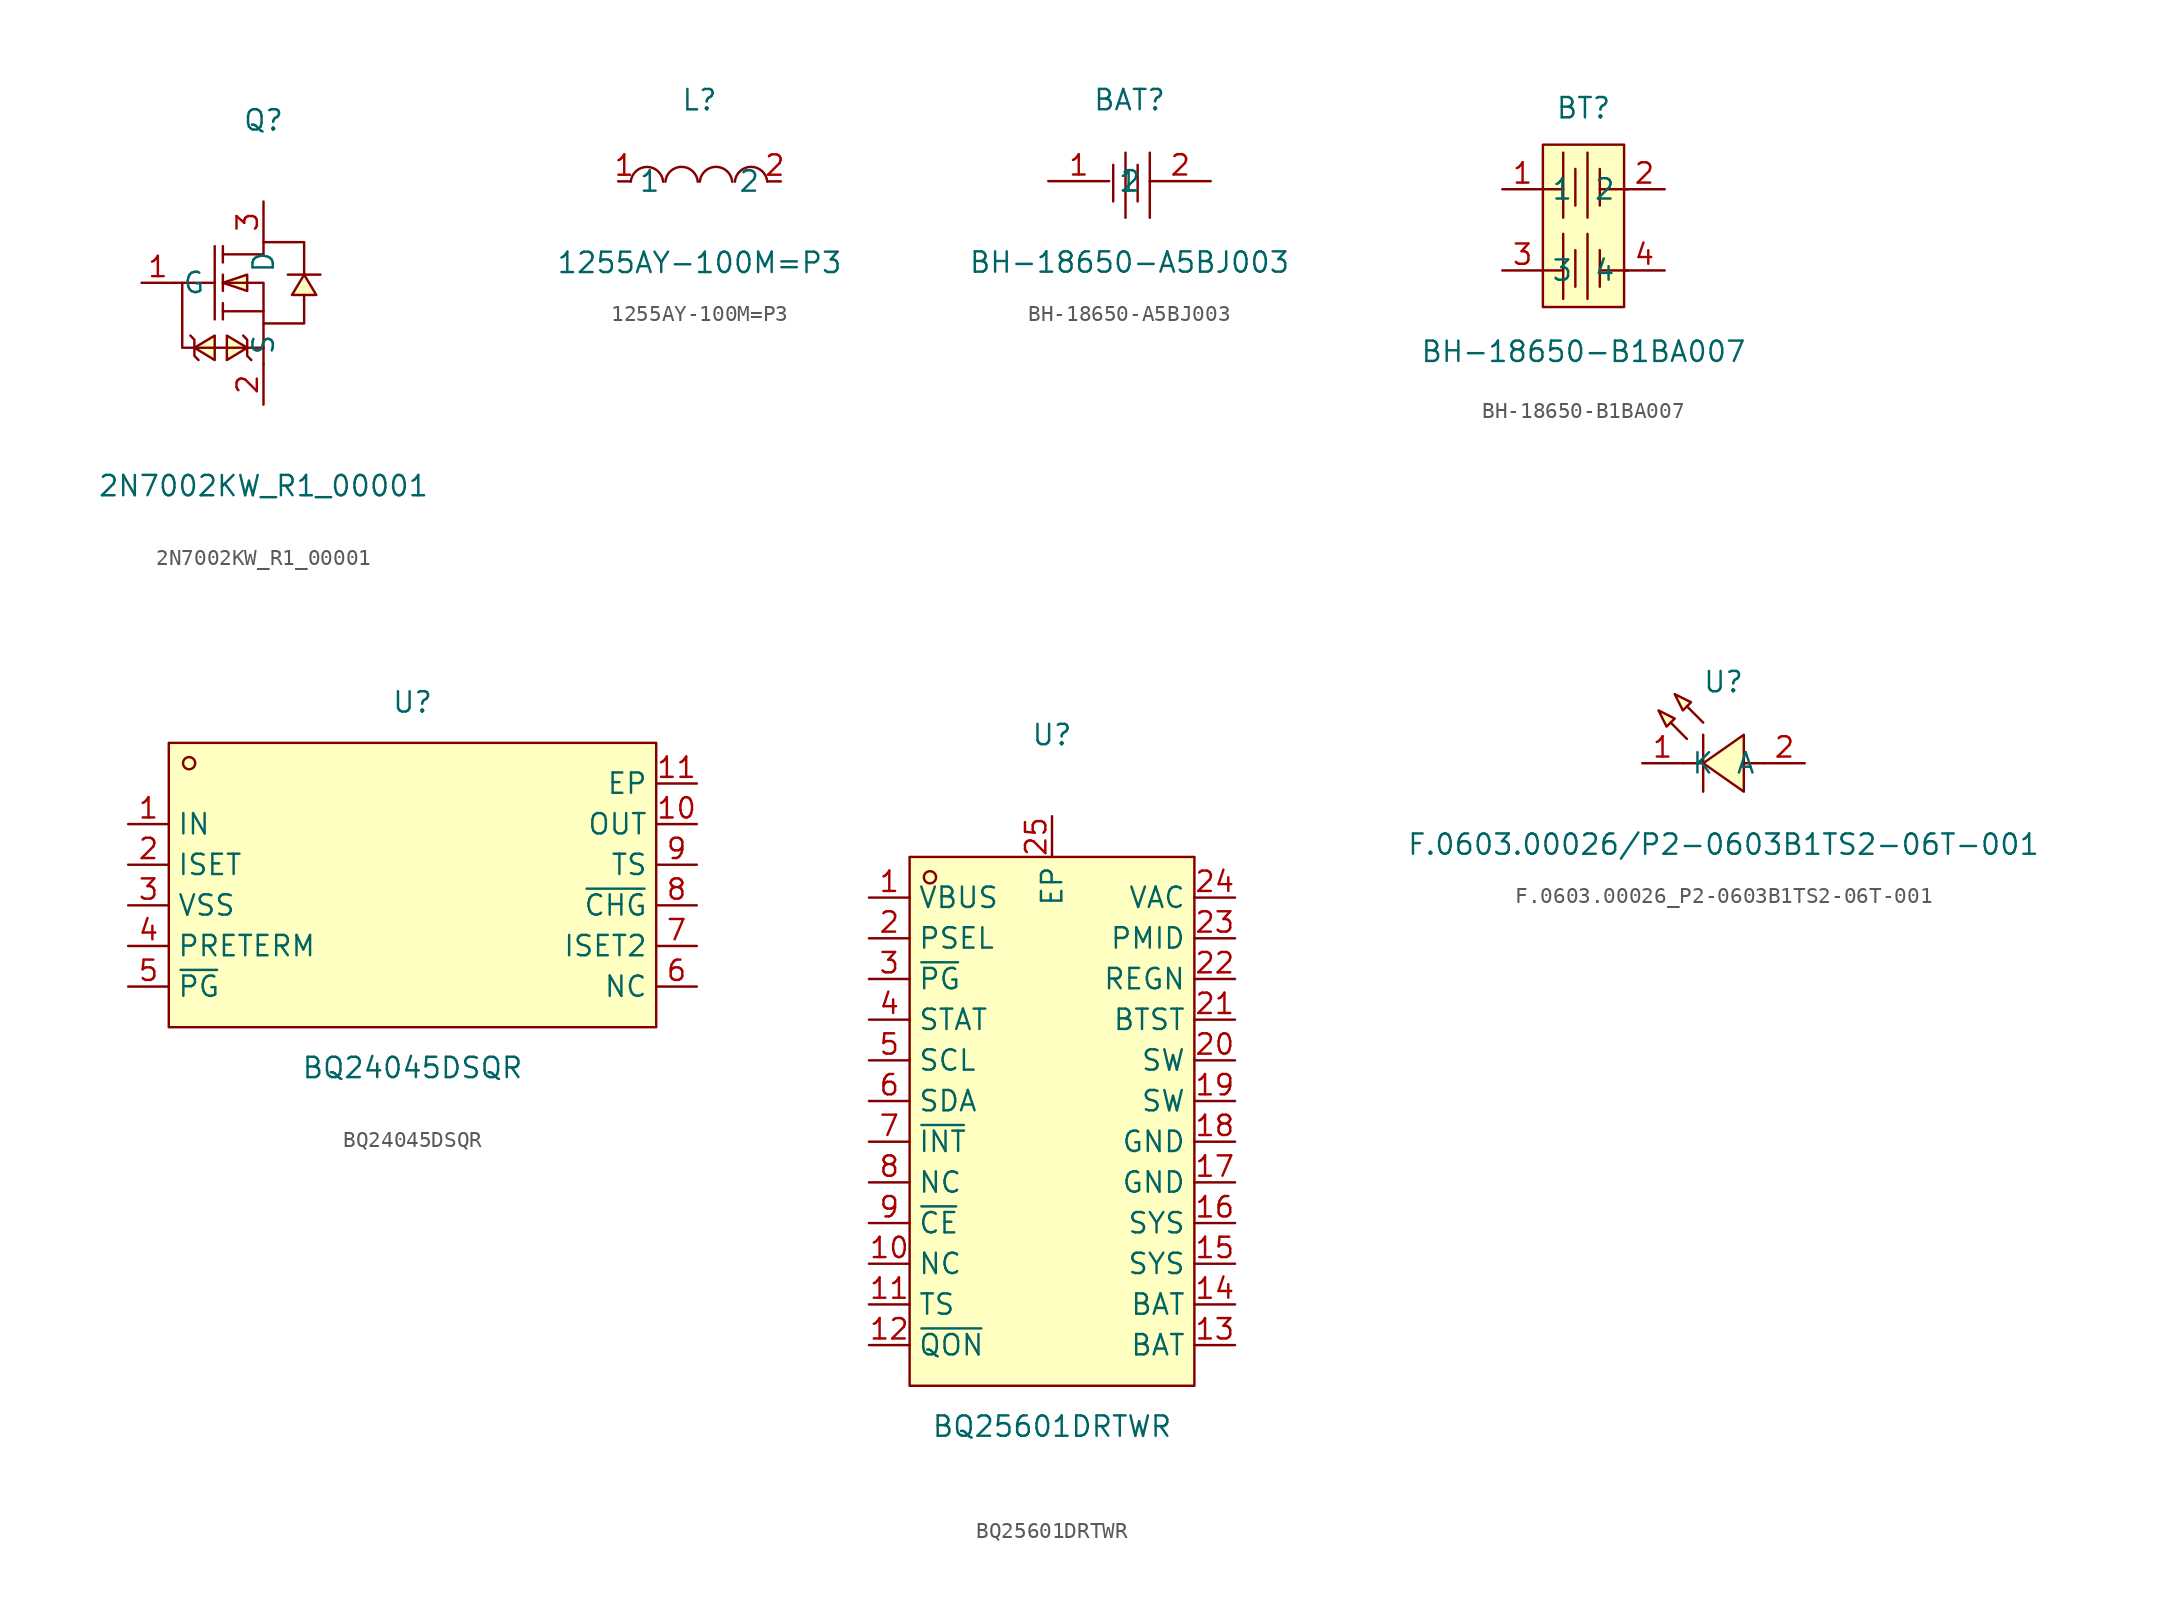
<source format=kicad_sym>
(kicad_symbol_lib
  (version 20231120)
  (generator "kicad_symbol_editor")
  (generator_version "8.0")
  (symbol "2N7002KW_R1_00001"
    (property "Reference" "Q"
      (at 0 10.16 0)
      (effects (font (size 1.27 1.27))))
    (property "Value" "2N7002KW_R1_00001"
      (at 0 -12.7 0)
      (effects (font (size 1.27 1.27))))
    (symbol "2N7002KW_R1_00001_0_1"
      (polyline (pts (xy -5.59 0) (xy -3.05 0)) (stroke (width 0) (type default)) (fill (type none)))
      (polyline (pts (xy -3.05 2.29) (xy -3.05 -2.29)) (stroke (width 0) (type default)) (fill (type none)))
      (polyline (pts (xy -2.54 -2.29) (xy -2.54 -1.27)) (stroke (width 0) (type default)) (fill (type none)))
      (polyline (pts (xy -2.54 -0.51) (xy -2.54 0.51)) (stroke (width 0) (type default)) (fill (type none)))
      (polyline (pts (xy -2.54 2.29) (xy -2.54 1.27)) (stroke (width 0) (type default)) (fill (type none)))
      (polyline (pts (xy 0 -2.54) (xy 0 -5.08)) (stroke (width 0) (type default)) (fill (type none)))
      (polyline (pts (xy 0 -1.78) (xy -2.54 -1.78)) (stroke (width 0) (type default)) (fill (type none)))
      (polyline (pts (xy -4.32 -4.06) (xy -3.05 -4.83) (xy -3.05 -3.3) (xy -4.32 -4.06)) (stroke (width 0) (type default)) (fill (type background)))
      (polyline (pts (xy -4.06 -4.83) (xy -4.32 -4.57) (xy -4.32 -3.56) (xy -4.57 -3.3)) (stroke (width 0) (type default)) (fill (type none)))
      (polyline (pts (xy -2.54 0) (xy -1.02 -0.51) (xy -1.02 0.51) (xy -2.54 0)) (stroke (width 0) (type default)) (fill (type background)))
      (polyline (pts (xy -1.02 -4.06) (xy -2.29 -3.3) (xy -2.29 -4.83) (xy -1.02 -4.06)) (stroke (width 0) (type default)) (fill (type background)))
      (polyline (pts (xy -0.76 -4.83) (xy -1.02 -4.57) (xy -1.02 -3.56) (xy -1.27 -3.3)) (stroke (width 0) (type default)) (fill (type none)))
      (polyline (pts (xy 0 -4.06) (xy -5.08 -4.06) (xy -5.08 -1.52) (xy -5.08 0)) (stroke (width 0) (type default)) (fill (type none)))
      (polyline (pts (xy 2.54 0.51) (xy 1.78 -0.76) (xy 3.3 -0.76) (xy 2.54 0.51)) (stroke (width 0) (type default)) (fill (type background)))
      (polyline (pts (xy 3.56 0.51) (xy 3.05 0.51) (xy 2.03 0.51) (xy 1.52 0.51)) (stroke (width 0) (type default)) (fill (type none)))
      (polyline (pts (xy -2.54 0) (xy 0 0) (xy 0 -2.54) (xy 2.54 -2.54) (xy 2.54 -0.76)) (stroke (width 0) (type default)) (fill (type none)))
      (polyline (pts (xy -2.54 1.78) (xy 0 1.78) (xy 0 2.54) (xy 2.54 2.54) (xy 2.54 0.51)) (stroke (width 0) (type default)) (fill (type none)))
      (pin unspecified line (at -7.62 0 0) (length 2.032) (name "G" (effects (font (size 1.27 1.27)))) (number "1" (effects (font (size 1.27 1.27)))))
      (pin unspecified line (at 0 -7.62 90) (length 2.54) (name "S" (effects (font (size 1.27 1.27)))) (number "2" (effects (font (size 1.27 1.27)))))
      (pin unspecified line (at 0 5.08 270) (length 2.54) (name "D" (effects (font (size 1.27 1.27)))) (number "3" (effects (font (size 1.27 1.27)))))))
  (symbol "1255AY-100M=P3"
    (property "Reference" "L"
      (at 0 5.08 0)
      (effects (font (size 1.27 1.27))))
    (property "Value" "1255AY-100M=P3"
      (at 0 -5.08 0)
      (effects (font (size 1.27 1.27))))
    (symbol "1255AY-100M=P3_0_1"
      (arc (start -2.27 -0.02) (mid -3.28 0.9027) (end -4.29 -0.02) (stroke (width 0) (type default)) (fill (type none)))
      (arc (start -0.11 -0.02) (mid -1.12 0.9071) (end -2.13 -0.02) (stroke (width 0) (type default)) (fill (type none)))
      (arc (start 2.04 -0.02) (mid 1.03 0.9071) (end 0.02 -0.02) (stroke (width 0) (type default)) (fill (type none)))
      (arc (start 4.23 -0.02) (mid 3.22 0.9071) (end 2.21 -0.02) (stroke (width 0) (type default)) (fill (type none)))
      (pin unspecified line (at -5.08 0 0) (length 0.762) (name "1" (effects (font (size 1.27 1.27)))) (number "1" (effects (font (size 1.27 1.27)))))
      (pin unspecified line (at 5.08 0 180) (length 0.762) (name "2" (effects (font (size 1.27 1.27)))) (number "2" (effects (font (size 1.27 1.27)))))))
  (symbol "BH-18650-A5BJ003"
    (property "Reference" "BAT"
      (at 0 5.08 0)
      (effects (font (size 1.27 1.27))))
    (property "Value" "BH-18650-A5BJ003"
      (at 0 -5.08 0)
      (effects (font (size 1.27 1.27))))
    (symbol "BH-18650-A5BJ003_0_1"
      (polyline (pts (xy -1.02 -1.27) (xy -1.02 1.02)) (stroke (width 0) (type default)) (fill (type none)))
      (polyline (pts (xy -0.25 -2.29) (xy -0.25 1.78)) (stroke (width 0) (type default)) (fill (type none)))
      (polyline (pts (xy 0.51 -1.27) (xy 0.51 1.02)) (stroke (width 0) (type default)) (fill (type none)))
      (polyline (pts (xy 1.27 -2.29) (xy 1.27 1.78)) (stroke (width 0) (type default)) (fill (type none)))
      (pin input line (at -5.08 0 0) (length 3.81) (name "1" (effects (font (size 1.27 1.27)))) (number "1" (effects (font (size 1.27 1.27)))))
      (pin input line (at 5.08 0 180) (length 3.81) (name "2" (effects (font (size 1.27 1.27)))) (number "2" (effects (font (size 1.27 1.27)))))))
  (symbol "BH-18650-B1BA007"
    (property "Reference" "BT"
      (at 0 7.62 0)
      (effects (font (size 1.27 1.27))))
    (property "Value" "BH-18650-B1BA007"
      (at 0 -7.62 0)
      (effects (font (size 1.27 1.27))))
    (symbol "BH-18650-B1BA007_0_1"
      (polyline (pts (xy -2.54 -2.54) (xy -1.27 -2.54)) (stroke (width 0) (type default)) (fill (type none)))
      (polyline (pts (xy -2.54 2.54) (xy -1.27 2.54)) (stroke (width 0) (type default)) (fill (type none)))
      (polyline (pts (xy -1.27 -0.25) (xy -1.27 -4.32)) (stroke (width 0) (type default)) (fill (type none)))
      (polyline (pts (xy -1.27 4.83) (xy -1.27 0.76)) (stroke (width 0) (type default)) (fill (type none)))
      (polyline (pts (xy -0.51 -1.27) (xy -0.51 -3.56)) (stroke (width 0) (type default)) (fill (type none)))
      (polyline (pts (xy -0.51 3.81) (xy -0.51 1.52)) (stroke (width 0) (type default)) (fill (type none)))
      (polyline (pts (xy 0.25 -0.25) (xy 0.25 -4.32)) (stroke (width 0) (type default)) (fill (type none)))
      (polyline (pts (xy 0.25 4.83) (xy 0.25 0.76)) (stroke (width 0) (type default)) (fill (type none)))
      (polyline (pts (xy 1.02 -1.27) (xy 1.02 -3.56)) (stroke (width 0) (type default)) (fill (type none)))
      (polyline (pts (xy 1.02 3.81) (xy 1.02 1.52)) (stroke (width 0) (type default)) (fill (type none)))
      (polyline (pts (xy 2.79 -2.54) (xy 1.02 -2.54)) (stroke (width 0) (type default)) (fill (type none)))
      (polyline (pts (xy 2.79 2.54) (xy 1.02 2.54)) (stroke (width 0) (type default)) (fill (type none)))
      (polyline (pts (xy -2.54 -3.56) (xy -2.54 5.33) (xy 2.54 5.33) (xy 2.54 -3.56) (xy 2.54 -4.83) (xy -2.54 -4.83) (xy -2.54 -3.56) (xy -2.54 -3.56)) (stroke (width 0) (type default)) (fill (type background)))
      (pin input line (at -5.08 2.54 0) (length 2.54) (name "1" (effects (font (size 1.27 1.27)))) (number "1" (effects (font (size 1.27 1.27)))))
      (pin input line (at 5.08 2.54 180) (length 2.54) (name "2" (effects (font (size 1.27 1.27)))) (number "2" (effects (font (size 1.27 1.27)))))
      (pin input line (at -5.08 -2.54 0) (length 2.54) (name "3" (effects (font (size 1.27 1.27)))) (number "3" (effects (font (size 1.27 1.27)))))
      (pin input line (at 5.08 -2.54 180) (length 2.54) (name "4" (effects (font (size 1.27 1.27)))) (number "4" (effects (font (size 1.27 1.27)))))))
  (symbol "BQ24045DSQR"
    (property "Reference" "U"
      (at 0 10.16 0)
      (effects (font (size 1.27 1.27))))
    (property "Value" "BQ24045DSQR"
      (at 0 -12.7 0)
      (effects (font (size 1.27 1.27))))
    (symbol "BQ24045DSQR_0_1"
      (rectangle (start -15.24 7.62) (end 15.24 -10.16) (stroke (width 0) (type default)) (fill (type background)))
      (circle (center -13.97 6.35) (radius 0.38) (stroke (width 0) (type default)) (fill (type none)))
      (pin unspecified line (at -17.78 2.54 0) (length 2.54) (name "IN" (effects (font (size 1.27 1.27)))) (number "1" (effects (font (size 1.27 1.27)))))
      (pin unspecified line (at 17.78 2.54 180) (length 2.54) (name "OUT" (effects (font (size 1.27 1.27)))) (number "10" (effects (font (size 1.27 1.27)))))
      (pin unspecified line (at 17.78 5.08 180) (length 2.54) (name "EP" (effects (font (size 1.27 1.27)))) (number "11" (effects (font (size 1.27 1.27)))))
      (pin unspecified line (at -17.78 0 0) (length 2.54) (name "ISET" (effects (font (size 1.27 1.27)))) (number "2" (effects (font (size 1.27 1.27)))))
      (pin unspecified line (at -17.78 -2.54 0) (length 2.54) (name "VSS" (effects (font (size 1.27 1.27)))) (number "3" (effects (font (size 1.27 1.27)))))
      (pin unspecified line (at -17.78 -5.08 0) (length 2.54) (name "PRETERM" (effects (font (size 1.27 1.27)))) (number "4" (effects (font (size 1.27 1.27)))))
      (pin unspecified line (at -17.78 -7.62 0) (length 2.54) (name "~{PG}" (effects (font (size 1.27 1.27)))) (number "5" (effects (font (size 1.27 1.27)))))
      (pin unspecified line (at 17.78 -7.62 180) (length 2.54) (name "NC" (effects (font (size 1.27 1.27)))) (number "6" (effects (font (size 1.27 1.27)))))
      (pin unspecified line (at 17.78 -5.08 180) (length 2.54) (name "ISET2" (effects (font (size 1.27 1.27)))) (number "7" (effects (font (size 1.27 1.27)))))
      (pin unspecified line (at 17.78 -2.54 180) (length 2.54) (name "~{CHG}" (effects (font (size 1.27 1.27)))) (number "8" (effects (font (size 1.27 1.27)))))
      (pin unspecified line (at 17.78 0 180) (length 2.54) (name "TS" (effects (font (size 1.27 1.27)))) (number "9" (effects (font (size 1.27 1.27)))))))
  (symbol "BQ25601DRTWR"
    (property "Reference" "U"
      (at 0 24.13 0)
      (effects (font (size 1.27 1.27))))
    (property "Value" "BQ25601DRTWR"
      (at 0 -19.05 0)
      (effects (font (size 1.27 1.27))))
    (symbol "BQ25601DRTWR_0_1"
      (rectangle (start -8.89 16.51) (end 8.89 -16.51) (stroke (width 0) (type default)) (fill (type background)))
      (circle (center -7.62 15.24) (radius 0.38) (stroke (width 0) (type default)) (fill (type none)))
      (pin unspecified line (at -11.43 13.97 0) (length 2.54) (name "VBUS" (effects (font (size 1.27 1.27)))) (number "1" (effects (font (size 1.27 1.27)))))
      (pin unspecified line (at -11.43 -8.89 0) (length 2.54) (name "NC" (effects (font (size 1.27 1.27)))) (number "10" (effects (font (size 1.27 1.27)))))
      (pin unspecified line (at -11.43 -11.43 0) (length 2.54) (name "TS" (effects (font (size 1.27 1.27)))) (number "11" (effects (font (size 1.27 1.27)))))
      (pin unspecified line (at -11.43 -13.97 0) (length 2.54) (name "~{QON}" (effects (font (size 1.27 1.27)))) (number "12" (effects (font (size 1.27 1.27)))))
      (pin unspecified line (at 11.43 -13.97 180) (length 2.54) (name "BAT" (effects (font (size 1.27 1.27)))) (number "13" (effects (font (size 1.27 1.27)))))
      (pin unspecified line (at 11.43 -11.43 180) (length 2.54) (name "BAT" (effects (font (size 1.27 1.27)))) (number "14" (effects (font (size 1.27 1.27)))))
      (pin unspecified line (at 11.43 -8.89 180) (length 2.54) (name "SYS" (effects (font (size 1.27 1.27)))) (number "15" (effects (font (size 1.27 1.27)))))
      (pin unspecified line (at 11.43 -6.35 180) (length 2.54) (name "SYS" (effects (font (size 1.27 1.27)))) (number "16" (effects (font (size 1.27 1.27)))))
      (pin unspecified line (at 11.43 -3.81 180) (length 2.54) (name "GND" (effects (font (size 1.27 1.27)))) (number "17" (effects (font (size 1.27 1.27)))))
      (pin unspecified line (at 11.43 -1.27 180) (length 2.54) (name "GND" (effects (font (size 1.27 1.27)))) (number "18" (effects (font (size 1.27 1.27)))))
      (pin unspecified line (at 11.43 1.27 180) (length 2.54) (name "SW" (effects (font (size 1.27 1.27)))) (number "19" (effects (font (size 1.27 1.27)))))
      (pin unspecified line (at 11.43 3.81 180) (length 2.54) (name "SW" (effects (font (size 1.27 1.27)))) (number "20" (effects (font (size 1.27 1.27)))))
      (pin unspecified line (at 11.43 6.35 180) (length 2.54) (name "BTST" (effects (font (size 1.27 1.27)))) (number "21" (effects (font (size 1.27 1.27)))))
      (pin unspecified line (at 11.43 8.89 180) (length 2.54) (name "REGN" (effects (font (size 1.27 1.27)))) (number "22" (effects (font (size 1.27 1.27)))))
      (pin unspecified line (at 11.43 11.43 180) (length 2.54) (name "PMID" (effects (font (size 1.27 1.27)))) (number "23" (effects (font (size 1.27 1.27)))))
      (pin unspecified line (at 11.43 13.97 180) (length 2.54) (name "VAC" (effects (font (size 1.27 1.27)))) (number "24" (effects (font (size 1.27 1.27)))))
      (pin unspecified line (at 0 19.05 270) (length 2.54) (name "EP" (effects (font (size 1.27 1.27)))) (number "25" (effects (font (size 1.27 1.27)))))
      (pin unspecified line (at -11.43 6.35 0) (length 2.54) (name "STAT" (effects (font (size 1.27 1.27)))) (number "4" (effects (font (size 1.27 1.27)))))
      (pin unspecified line (at -11.43 3.81 0) (length 2.54) (name "SCL" (effects (font (size 1.27 1.27)))) (number "5" (effects (font (size 1.27 1.27)))))
      (pin unspecified line (at -11.43 1.27 0) (length 2.54) (name "SDA" (effects (font (size 1.27 1.27)))) (number "6" (effects (font (size 1.27 1.27)))))
      (pin unspecified line (at -11.43 -1.27 0) (length 2.54) (name "~{INT}" (effects (font (size 1.27 1.27)))) (number "7" (effects (font (size 1.27 1.27)))))
      (pin unspecified line (at -11.43 -3.81 0) (length 2.54) (name "NC" (effects (font (size 1.27 1.27)))) (number "8" (effects (font (size 1.27 1.27)))))
      (pin unspecified line (at -11.43 -6.35 0) (length 2.54) (name "~{CE}" (effects (font (size 1.27 1.27)))) (number "9" (effects (font (size 1.27 1.27))))))
    (symbol "BQ25601DRTWR_1_1"
      (pin unspecified line (at -11.43 11.43 0) (length 2.54) (name "PSEL" (effects (font (size 1.27 1.27)))) (number "2" (effects (font (size 1.27 1.27)))))
      (pin unspecified line (at -11.43 8.89 0) (length 2.54) (name "~{PG}" (effects (font (size 1.27 1.27)))) (number "3" (effects (font (size 1.27 1.27)))))))
  (symbol "F.0603.00026_P2-0603B1TS2-06T-001"
    (property "Reference" "U"
      (at 0 5.08 0)
      (effects (font (size 1.27 1.27))))
    (property "Value" "F.0603.00026/P2-0603B1TS2-06T-001"
      (at 0 -5.08 0)
      (effects (font (size 1.27 1.27))))
    (symbol "F.0603.00026_P2-0603B1TS2-06T-001_0_1"
      (polyline (pts (xy -1.27 0) (xy -2.54 0)) (stroke (width 0) (type default)) (fill (type none)))
      (polyline (pts (xy -1.27 1.78) (xy -1.27 -1.78)) (stroke (width 0) (type default)) (fill (type none)))
      (polyline (pts (xy 2.54 0) (xy 1.27 0)) (stroke (width 0) (type default)) (fill (type none)))
      (polyline (pts (xy -2.29 1.52) (xy -3.3 2.54) (xy -2.29 1.52)) (stroke (width 0) (type default)) (fill (type background)))
      (polyline (pts (xy -1.27 2.54) (xy -2.29 3.56) (xy -1.27 2.54)) (stroke (width 0) (type default)) (fill (type background)))
      (polyline (pts (xy -4.06 3.3) (xy -3.05 2.79) (xy -3.56 2.29) (xy -4.06 3.3)) (stroke (width 0) (type default)) (fill (type background)))
      (polyline (pts (xy -3.05 4.32) (xy -2.03 3.81) (xy -2.54 3.3) (xy -3.05 4.32)) (stroke (width 0) (type default)) (fill (type background)))
      (polyline (pts (xy 1.27 1.78) (xy -1.27 0) (xy 1.27 -1.78) (xy 1.27 1.78)) (stroke (width 0) (type default)) (fill (type background)))
      (pin unspecified line (at -5.08 0 0) (length 2.54) (name "K" (effects (font (size 1.27 1.27)))) (number "1" (effects (font (size 1.27 1.27)))))
      (pin unspecified line (at 5.08 0 180) (length 2.54) (name "A" (effects (font (size 1.27 1.27)))) (number "2" (effects (font (size 1.27 1.27))))))))
</source>
